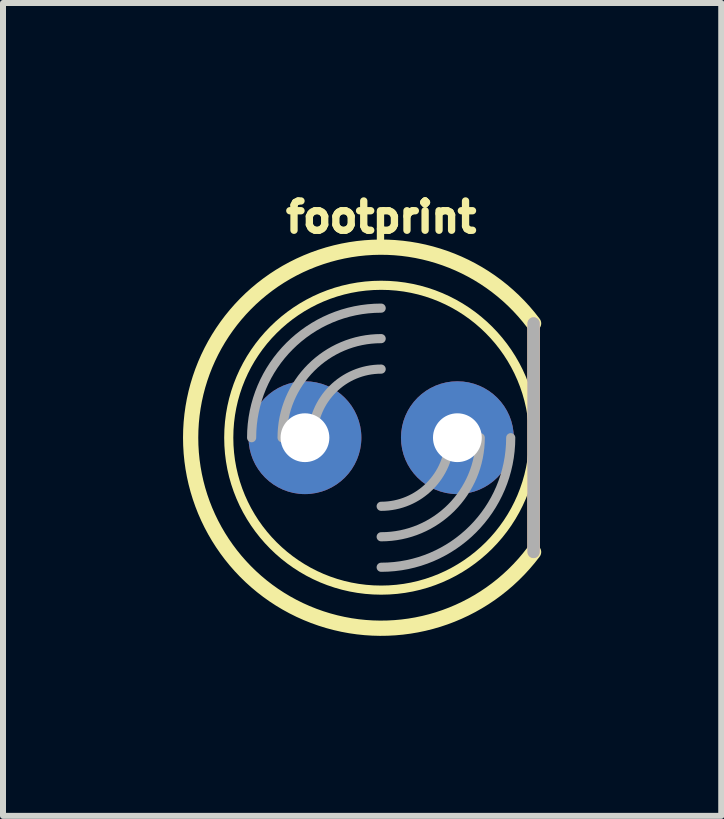
<source format=kicad_pcb>
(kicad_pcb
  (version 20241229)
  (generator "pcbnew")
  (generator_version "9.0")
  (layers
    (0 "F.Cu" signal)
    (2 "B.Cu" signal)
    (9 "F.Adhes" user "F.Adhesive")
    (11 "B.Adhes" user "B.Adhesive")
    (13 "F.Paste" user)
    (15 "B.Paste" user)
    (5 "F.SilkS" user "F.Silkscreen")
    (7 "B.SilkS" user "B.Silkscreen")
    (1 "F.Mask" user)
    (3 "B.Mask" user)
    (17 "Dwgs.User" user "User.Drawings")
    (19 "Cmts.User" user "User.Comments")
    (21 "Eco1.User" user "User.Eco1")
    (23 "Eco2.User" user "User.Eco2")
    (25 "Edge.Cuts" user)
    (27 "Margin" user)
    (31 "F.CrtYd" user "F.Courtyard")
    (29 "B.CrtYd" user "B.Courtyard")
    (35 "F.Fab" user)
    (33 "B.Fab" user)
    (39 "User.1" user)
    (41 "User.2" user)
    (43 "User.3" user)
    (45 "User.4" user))
  (footprint "footprint"
    (layer "F.Cu")
    (at 3.302 4.244)
    (property "Reference" "footprint" (at 0 -3.391 0) (layer "F.SilkS") (effects (font (size 0.488 0.488) (thickness 0.122)) (justify bottom)))
    (fp_poly (pts (xy -1.111 -0.483) (xy -0.969 -0.408) (xy -0.853 -0.289) (xy -0.763 0.006) (xy -0.79 0.166) (xy -0.862 0.305) (xy -0.974 0.415) (xy -1.115 0.486) (xy -1.261 0.507) (xy -1.27 0.445) (xy -1.278 0.507) (xy -1.423 0.488) (xy -1.564 0.42) (xy -1.68 0.309) (xy -1.779 0.027) (xy -1.757 -0.139) (xy -1.687 -0.286) (xy -1.571 -0.408) (xy -1.275 -0.512)) (stroke (width 0) (type solid)) (fill yes) (layer "F.Mask"))
    (fp_poly (pts (xy 1.429 -0.483) (xy 1.571 -0.408) (xy 1.687 -0.289) (xy 1.773 -0.008) (xy 1.712 0.01) (xy 1.775 0.021) (xy 1.75 0.166) (xy 1.678 0.305) (xy 1.566 0.415) (xy 1.425 0.486) (xy 1.279 0.507) (xy 1.27 0.445) (xy 1.262 0.507) (xy 1.117 0.488) (xy 0.976 0.42) (xy 0.86 0.309) (xy 0.761 0.027) (xy 0.783 -0.139) (xy 0.853 -0.286) (xy 0.969 -0.408) (xy 1.265 -0.512)) (stroke (width 0) (type solid)) (fill yes) (layer "F.Mask"))
    (fp_poly (pts (xy 1.471 -0.994) (xy 1.663 -0.932) (xy 1.839 -0.835) (xy 1.993 -0.705) (xy 2.119 -0.547) (xy 2.211 -0.368) (xy 2.267 -0.174) (xy 2.283 0.02) (xy 2.22 0.025) (xy 2.283 0.032) (xy 2.262 0.221) (xy 2.203 0.408) (xy 2.109 0.58) (xy 1.983 0.731) (xy 1.83 0.854) (xy 1.656 0.944) (xy 1.467 0.999) (xy 1.278 1.016) (xy 1.273 0.953) (xy 1.267 1.016) (xy 1.077 1) (xy 0.887 0.945) (xy 0.712 0.854) (xy 0.558 0.731) (xy 0.431 0.58) (xy 0.334 0.405) (xy 0.254 0.027) (xy 0.271 -0.177) (xy 0.327 -0.371) (xy 0.42 -0.549) (xy 0.546 -0.707) (xy 0.7 -0.836) (xy 0.88 -0.935) (xy 1.267 -1.017)) (stroke (width 0) (type solid)) (fill yes) (layer "B.Mask"))
    (fp_poly (pts (xy -1.069 -0.994) (xy -0.877 -0.932) (xy -0.701 -0.835) (xy -0.547 -0.705) (xy -0.421 -0.547) (xy -0.329 -0.368) (xy -0.273 -0.174) (xy -0.257 0.02) (xy -0.32 0.025) (xy -0.257 0.032) (xy -0.278 0.221) (xy -0.337 0.408) (xy -0.431 0.58) (xy -0.557 0.731) (xy -0.71 0.854) (xy -0.884 0.944) (xy -1.073 0.999) (xy -1.262 1.016) (xy -1.267 0.953) (xy -1.273 1.016) (xy -1.463 1) (xy -1.653 0.945) (xy -1.828 0.854) (xy -1.982 0.731) (xy -2.109 0.58) (xy -2.206 0.405) (xy -2.285 0.036) (xy -2.222 0.023) (xy -2.286 0.017) (xy -2.269 -0.177) (xy -2.213 -0.371) (xy -2.12 -0.549) (xy -1.994 -0.707) (xy -1.84 -0.836) (xy -1.66 -0.935) (xy -1.273 -1.017)) (stroke (width 0) (type solid)) (fill yes) (layer "B.Mask"))
    (fp_line (start 2.54 1.905) (end 2.54 -1.905) (stroke (width 0.203) (type solid)) (layer "F.SilkS"))
    (fp_arc (start 2.54 1.905) (mid -3.175 0) (end 2.54 -1.905) (stroke (width 0.254) (type solid)) (layer "F.SilkS"))
    (fp_circle (center 0 0) (end 2.54 0) (stroke (width 0.152) (type solid)) (fill no) (layer "F.SilkS"))
    (fp_line (start 2.54 1.905) (end 2.54 -1.905) (stroke (width 0.203) (type solid)) (layer "B.SilkS"))
    (fp_line (start 2.54 1.905) (end 2.54 -1.905) (stroke (width 0.203) (type solid)) (layer "F.Fab"))
    (fp_arc (start -2.159 0) (mid -1.526644 -1.526644) (end 0 -2.159) (stroke (width 0.1524) (type solid)) (layer "F.Fab"))
    (fp_arc (start -1.651 0) (mid -1.167433 -1.167433) (end 0 -1.651) (stroke (width 0.1524) (type solid)) (layer "F.Fab"))
    (fp_arc (start -1.143 0) (mid -0.808223 -0.808223) (end 0 -1.143) (stroke (width 0.1524) (type solid)) (layer "F.Fab"))
    (fp_arc (start 1.143 0) (mid 0.808223 0.808223) (end 0 1.143) (stroke (width 0.1524) (type solid)) (layer "F.Fab"))
    (fp_arc (start 1.651 0) (mid 1.167433 1.167433) (end 0 1.651) (stroke (width 0.1524) (type solid)) (layer "F.Fab"))
    (fp_arc (start 2.159 0) (mid 1.526644 1.526644) (end 0 2.159) (stroke (width 0.1524) (type solid)) (layer "F.Fab"))
    (pad "A" thru_hole circle (at -1.27 0) (size 1.88 1.88) (drill 0.813) (layers "*.Cu"))
    (pad "K" thru_hole circle (at 1.27 0) (size 1.88 1.88) (drill 0.813) (layers "*.Cu")))
  (gr_rect
    (start -3 -3)
    (end 8.969 10.546)
    (stroke (width 0.1) (type default))
    (fill no)
    (layer "Edge.Cuts")))
</source>
